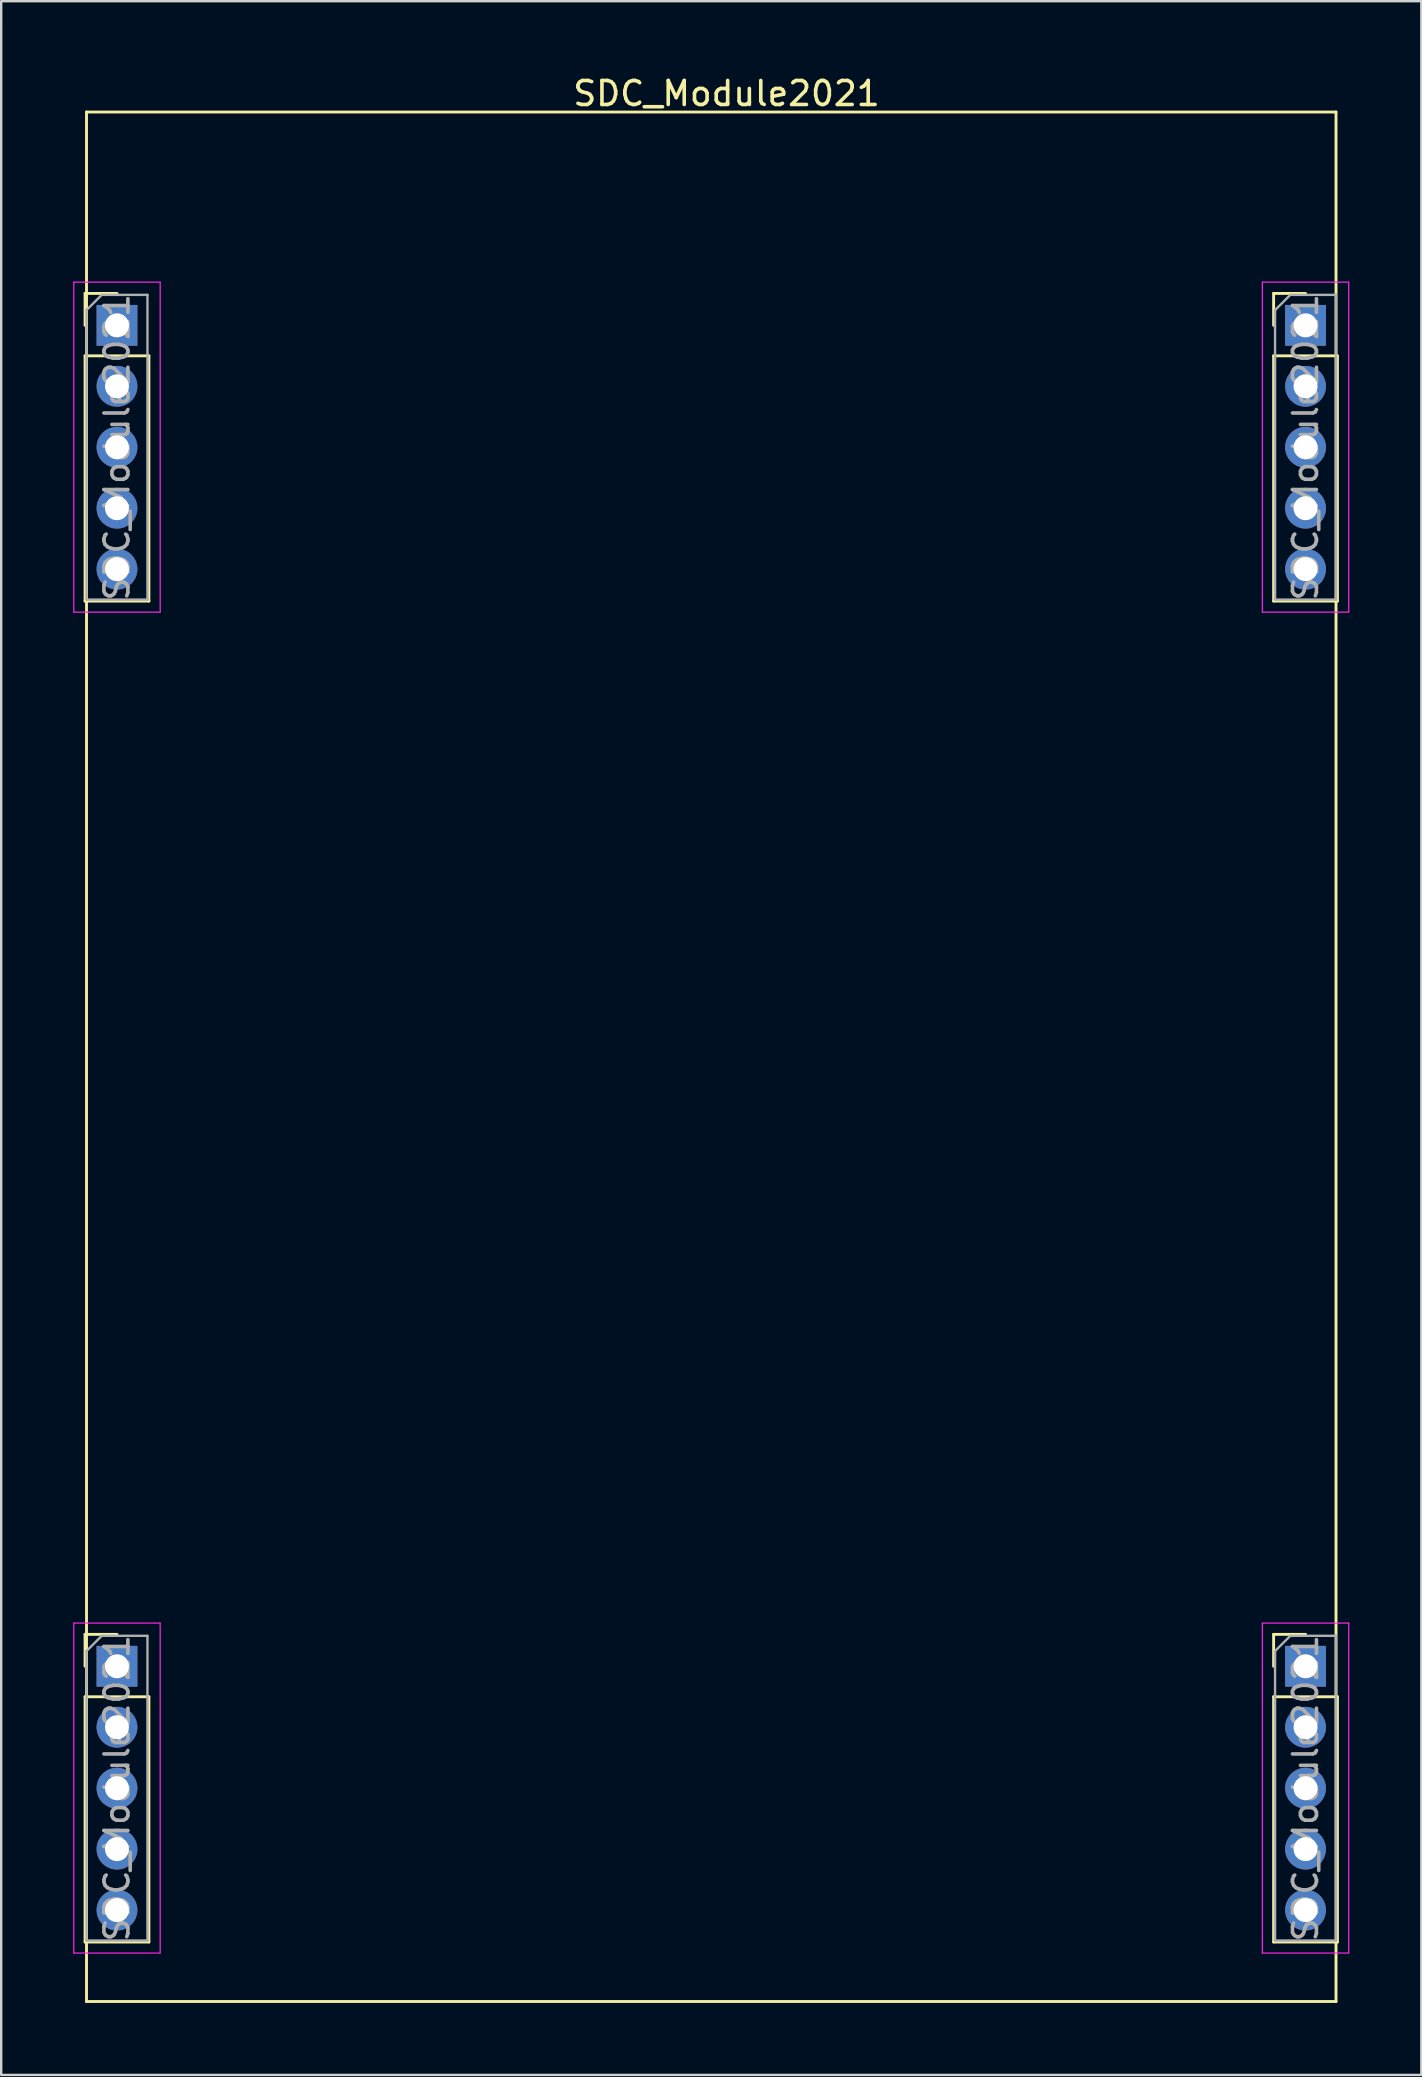
<source format=kicad_pcb>
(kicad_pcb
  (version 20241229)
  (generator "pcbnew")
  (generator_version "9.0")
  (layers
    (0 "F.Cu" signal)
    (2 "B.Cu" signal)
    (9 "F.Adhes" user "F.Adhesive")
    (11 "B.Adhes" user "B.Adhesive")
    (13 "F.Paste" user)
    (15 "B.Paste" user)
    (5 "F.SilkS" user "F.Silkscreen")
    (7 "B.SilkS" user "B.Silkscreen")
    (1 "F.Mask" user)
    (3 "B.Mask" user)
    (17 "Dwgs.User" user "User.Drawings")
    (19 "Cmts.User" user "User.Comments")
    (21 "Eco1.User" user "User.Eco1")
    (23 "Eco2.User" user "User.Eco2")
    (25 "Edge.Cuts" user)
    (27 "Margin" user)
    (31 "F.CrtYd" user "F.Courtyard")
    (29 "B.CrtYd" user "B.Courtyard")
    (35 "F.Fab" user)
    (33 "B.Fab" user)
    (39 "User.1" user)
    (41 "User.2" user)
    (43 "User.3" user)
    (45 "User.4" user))
  (footprint "SDC_Module2021"
    (layer "F.Cu")
    (at 27.225 4.158)
    (property "Reference" "SDC_Module2021" (at 0 -3.31 0) (layer "F.SilkS") (effects (font (size 1 1) (thickness 0.15))))
    (attr through_hole)
    (fp_line (start -26.73 5.02) (end -25.4 5.02) (stroke (width 0.12) (type solid)) (layer "F.SilkS"))
    (fp_line (start -26.73 6.35) (end -26.73 5.02) (stroke (width 0.12) (type solid)) (layer "F.SilkS"))
    (fp_line (start -26.73 7.62) (end -26.73 17.84) (stroke (width 0.12) (type solid)) (layer "F.SilkS"))
    (fp_line (start -26.73 7.62) (end -24.07 7.62) (stroke (width 0.12) (type solid)) (layer "F.SilkS"))
    (fp_line (start -26.73 17.84) (end -24.07 17.84) (stroke (width 0.12) (type solid)) (layer "F.SilkS"))
    (fp_line (start -26.73 60.9) (end -25.4 60.9) (stroke (width 0.12) (type solid)) (layer "F.SilkS"))
    (fp_line (start -26.73 62.23) (end -26.73 60.9) (stroke (width 0.12) (type solid)) (layer "F.SilkS"))
    (fp_line (start -26.73 63.5) (end -26.73 73.72) (stroke (width 0.12) (type solid)) (layer "F.SilkS"))
    (fp_line (start -26.73 63.5) (end -24.07 63.5) (stroke (width 0.12) (type solid)) (layer "F.SilkS"))
    (fp_line (start -26.73 73.72) (end -24.07 73.72) (stroke (width 0.12) (type solid)) (layer "F.SilkS"))
    (fp_line (start -26.67 -2.54) (end -26.67 76.2) (stroke (width 0.12) (type solid)) (layer "F.SilkS"))
    (fp_line (start -26.67 -2.54) (end 25.4 -2.54) (stroke (width 0.12) (type solid)) (layer "F.SilkS"))
    (fp_line (start -26.67 76.2) (end 25.4 76.2) (stroke (width 0.12) (type solid)) (layer "F.SilkS"))
    (fp_line (start -24.07 7.62) (end -24.07 17.84) (stroke (width 0.12) (type solid)) (layer "F.SilkS"))
    (fp_line (start -24.07 63.5) (end -24.07 73.72) (stroke (width 0.12) (type solid)) (layer "F.SilkS"))
    (fp_line (start 22.8 5.02) (end 24.13 5.02) (stroke (width 0.12) (type solid)) (layer "F.SilkS"))
    (fp_line (start 22.8 6.35) (end 22.8 5.02) (stroke (width 0.12) (type solid)) (layer "F.SilkS"))
    (fp_line (start 22.8 7.62) (end 22.8 17.84) (stroke (width 0.12) (type solid)) (layer "F.SilkS"))
    (fp_line (start 22.8 7.62) (end 25.46 7.62) (stroke (width 0.12) (type solid)) (layer "F.SilkS"))
    (fp_line (start 22.8 17.84) (end 25.46 17.84) (stroke (width 0.12) (type solid)) (layer "F.SilkS"))
    (fp_line (start 22.8 60.9) (end 24.13 60.9) (stroke (width 0.12) (type solid)) (layer "F.SilkS"))
    (fp_line (start 22.8 62.23) (end 22.8 60.9) (stroke (width 0.12) (type solid)) (layer "F.SilkS"))
    (fp_line (start 22.8 63.5) (end 22.8 73.72) (stroke (width 0.12) (type solid)) (layer "F.SilkS"))
    (fp_line (start 22.8 63.5) (end 25.46 63.5) (stroke (width 0.12) (type solid)) (layer "F.SilkS"))
    (fp_line (start 22.8 73.72) (end 25.46 73.72) (stroke (width 0.12) (type solid)) (layer "F.SilkS"))
    (fp_line (start 25.4 76.2) (end 25.4 -2.54) (stroke (width 0.12) (type solid)) (layer "F.SilkS"))
    (fp_line (start 25.46 7.62) (end 25.46 17.84) (stroke (width 0.12) (type solid)) (layer "F.SilkS"))
    (fp_line (start 25.46 63.5) (end 25.46 73.72) (stroke (width 0.12) (type solid)) (layer "F.SilkS"))
    (fp_line (start -27.2 4.55) (end -27.2 18.3) (stroke (width 0.05) (type solid)) (layer "F.CrtYd"))
    (fp_line (start -27.2 18.3) (end -23.6 18.3) (stroke (width 0.05) (type solid)) (layer "F.CrtYd"))
    (fp_line (start -27.2 60.43) (end -27.2 74.18) (stroke (width 0.05) (type solid)) (layer "F.CrtYd"))
    (fp_line (start -27.2 74.18) (end -23.6 74.18) (stroke (width 0.05) (type solid)) (layer "F.CrtYd"))
    (fp_line (start -23.6 4.55) (end -27.2 4.55) (stroke (width 0.05) (type solid)) (layer "F.CrtYd"))
    (fp_line (start -23.6 18.3) (end -23.6 4.55) (stroke (width 0.05) (type solid)) (layer "F.CrtYd"))
    (fp_line (start -23.6 60.43) (end -27.2 60.43) (stroke (width 0.05) (type solid)) (layer "F.CrtYd"))
    (fp_line (start -23.6 74.18) (end -23.6 60.43) (stroke (width 0.05) (type solid)) (layer "F.CrtYd"))
    (fp_line (start 22.33 4.55) (end 22.33 18.3) (stroke (width 0.05) (type solid)) (layer "F.CrtYd"))
    (fp_line (start 22.33 18.3) (end 25.93 18.3) (stroke (width 0.05) (type solid)) (layer "F.CrtYd"))
    (fp_line (start 22.33 60.43) (end 22.33 74.18) (stroke (width 0.05) (type solid)) (layer "F.CrtYd"))
    (fp_line (start 22.33 74.18) (end 25.93 74.18) (stroke (width 0.05) (type solid)) (layer "F.CrtYd"))
    (fp_line (start 25.93 4.55) (end 22.33 4.55) (stroke (width 0.05) (type solid)) (layer "F.CrtYd"))
    (fp_line (start 25.93 18.3) (end 25.93 4.55) (stroke (width 0.05) (type solid)) (layer "F.CrtYd"))
    (fp_line (start 25.93 60.43) (end 22.33 60.43) (stroke (width 0.05) (type solid)) (layer "F.CrtYd"))
    (fp_line (start 25.93 74.18) (end 25.93 60.43) (stroke (width 0.05) (type solid)) (layer "F.CrtYd"))
    (fp_line (start -26.67 5.715) (end -26.035 5.08) (stroke (width 0.1) (type solid)) (layer "F.Fab"))
    (fp_line (start -26.67 17.78) (end -26.67 5.715) (stroke (width 0.1) (type solid)) (layer "F.Fab"))
    (fp_line (start -26.67 61.595) (end -26.035 60.96) (stroke (width 0.1) (type solid)) (layer "F.Fab"))
    (fp_line (start -26.67 73.66) (end -26.67 61.595) (stroke (width 0.1) (type solid)) (layer "F.Fab"))
    (fp_line (start -26.035 5.08) (end -24.13 5.08) (stroke (width 0.1) (type solid)) (layer "F.Fab"))
    (fp_line (start -26.035 60.96) (end -24.13 60.96) (stroke (width 0.1) (type solid)) (layer "F.Fab"))
    (fp_line (start -24.13 5.08) (end -24.13 17.78) (stroke (width 0.1) (type solid)) (layer "F.Fab"))
    (fp_line (start -24.13 17.78) (end -26.67 17.78) (stroke (width 0.1) (type solid)) (layer "F.Fab"))
    (fp_line (start -24.13 60.96) (end -24.13 73.66) (stroke (width 0.1) (type solid)) (layer "F.Fab"))
    (fp_line (start -24.13 73.66) (end -26.67 73.66) (stroke (width 0.1) (type solid)) (layer "F.Fab"))
    (fp_line (start 22.86 5.715) (end 23.495 5.08) (stroke (width 0.1) (type solid)) (layer "F.Fab"))
    (fp_line (start 22.86 17.78) (end 22.86 5.715) (stroke (width 0.1) (type solid)) (layer "F.Fab"))
    (fp_line (start 22.86 61.595) (end 23.495 60.96) (stroke (width 0.1) (type solid)) (layer "F.Fab"))
    (fp_line (start 22.86 73.66) (end 22.86 61.595) (stroke (width 0.1) (type solid)) (layer "F.Fab"))
    (fp_line (start 23.495 5.08) (end 25.4 5.08) (stroke (width 0.1) (type solid)) (layer "F.Fab"))
    (fp_line (start 23.495 60.96) (end 25.4 60.96) (stroke (width 0.1) (type solid)) (layer "F.Fab"))
    (fp_line (start 25.4 5.08) (end 25.4 17.78) (stroke (width 0.1) (type solid)) (layer "F.Fab"))
    (fp_line (start 25.4 17.78) (end 22.86 17.78) (stroke (width 0.1) (type solid)) (layer "F.Fab"))
    (fp_line (start 25.4 60.96) (end 25.4 73.66) (stroke (width 0.1) (type solid)) (layer "F.Fab"))
    (fp_line (start 25.4 73.66) (end 22.86 73.66) (stroke (width 0.1) (type solid)) (layer "F.Fab"))
    (fp_text user "${REFERENCE}" (at 24.13 11.43 90) (layer "F.Fab") (effects (font (size 1 1) (thickness 0.15))))
    (fp_text user "${REFERENCE}" (at 24.13 67.31 90) (layer "F.Fab") (effects (font (size 1 1) (thickness 0.15))))
    (fp_text user "${REFERENCE}" (at -25.4 11.43 90) (layer "F.Fab") (effects (font (size 1 1) (thickness 0.15))))
    (fp_text user "${REFERENCE}" (at -25.4 67.31 90) (layer "F.Fab") (effects (font (size 1 1) (thickness 0.15))))
    (pad "1" thru_hole rect (at -25.4 6.35) (size 1.7 1.7) (drill 1) (layers "*.Cu" "*.Mask"))
    (pad "2" thru_hole oval (at -25.4 8.89) (size 1.7 1.7) (drill 1) (layers "*.Cu" "*.Mask"))
    (pad "3" thru_hole oval (at -25.4 11.43) (size 1.7 1.7) (drill 1) (layers "*.Cu" "*.Mask"))
    (pad "4" thru_hole oval (at -25.4 13.97) (size 1.7 1.7) (drill 1) (layers "*.Cu" "*.Mask"))
    (pad "5" thru_hole oval (at -25.4 16.51) (size 1.7 1.7) (drill 1) (layers "*.Cu" "*.Mask"))
    (pad "6" thru_hole rect (at -25.4 62.23) (size 1.7 1.7) (drill 1) (layers "*.Cu" "*.Mask"))
    (pad "7" thru_hole oval (at -25.4 64.77) (size 1.7 1.7) (drill 1) (layers "*.Cu" "*.Mask"))
    (pad "8" thru_hole oval (at -25.4 67.31) (size 1.7 1.7) (drill 1) (layers "*.Cu" "*.Mask"))
    (pad "9" thru_hole oval (at -25.4 69.85) (size 1.7 1.7) (drill 1) (layers "*.Cu" "*.Mask"))
    (pad "10" thru_hole oval (at -25.4 72.39) (size 1.7 1.7) (drill 1) (layers "*.Cu" "*.Mask"))
    (pad "11" thru_hole oval (at 24.13 72.39) (size 1.7 1.7) (drill 1) (layers "*.Cu" "*.Mask"))
    (pad "12" thru_hole oval (at 24.13 69.85) (size 1.7 1.7) (drill 1) (layers "*.Cu" "*.Mask"))
    (pad "13" thru_hole oval (at 24.13 67.31) (size 1.7 1.7) (drill 1) (layers "*.Cu" "*.Mask"))
    (pad "14" thru_hole oval (at 24.13 64.77) (size 1.7 1.7) (drill 1) (layers "*.Cu" "*.Mask"))
    (pad "15" thru_hole rect (at 24.13 62.23) (size 1.7 1.7) (drill 1) (layers "*.Cu" "*.Mask"))
    (pad "16" thru_hole oval (at 24.13 16.51) (size 1.7 1.7) (drill 1) (layers "*.Cu" "*.Mask"))
    (pad "17" thru_hole oval (at 24.13 13.97) (size 1.7 1.7) (drill 1) (layers "*.Cu" "*.Mask"))
    (pad "18" thru_hole oval (at 24.13 11.43) (size 1.7 1.7) (drill 1) (layers "*.Cu" "*.Mask"))
    (pad "19" thru_hole oval (at 24.13 8.89) (size 1.7 1.7) (drill 1) (layers "*.Cu" "*.Mask"))
    (pad "20" thru_hole rect (at 24.13 6.35) (size 1.7 1.7) (drill 1) (layers "*.Cu" "*.Mask")))
  (gr_rect
    (start -3 -3)
    (end 56.18 83.418)
    (stroke (width 0.1) (type default))
    (fill no)
    (layer "Edge.Cuts")))
</source>
